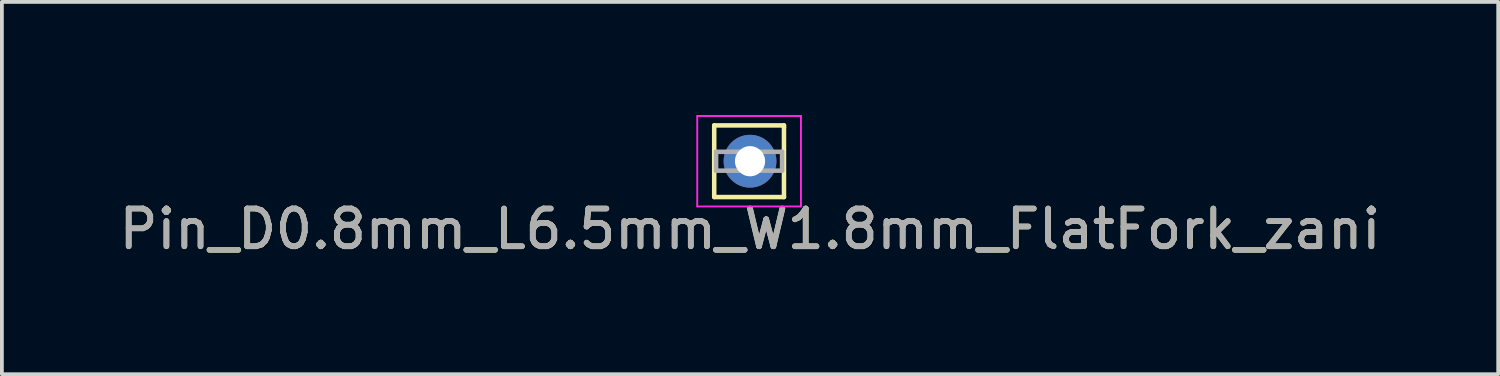
<source format=kicad_pcb>
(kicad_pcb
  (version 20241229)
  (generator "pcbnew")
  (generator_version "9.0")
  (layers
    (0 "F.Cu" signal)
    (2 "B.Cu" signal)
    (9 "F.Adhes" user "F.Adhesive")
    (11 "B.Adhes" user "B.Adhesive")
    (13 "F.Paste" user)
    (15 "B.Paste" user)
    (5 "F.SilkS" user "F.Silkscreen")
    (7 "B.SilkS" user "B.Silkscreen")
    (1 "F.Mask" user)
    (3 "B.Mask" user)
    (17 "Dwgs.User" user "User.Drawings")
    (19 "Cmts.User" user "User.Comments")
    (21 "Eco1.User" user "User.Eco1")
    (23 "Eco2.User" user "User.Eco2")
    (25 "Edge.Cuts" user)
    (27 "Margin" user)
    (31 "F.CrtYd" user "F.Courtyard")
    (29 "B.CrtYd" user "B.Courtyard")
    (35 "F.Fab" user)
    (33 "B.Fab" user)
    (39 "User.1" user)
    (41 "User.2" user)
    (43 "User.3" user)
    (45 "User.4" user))
  (footprint "Pin_D0.8mm_L6.5mm_W1.8mm_FlatFork_zani"
    (layer "F.Cu")
    (at 16.839 1.225)
    (property "Reference" "Pin_D0.8mm_L6.5mm_W1.8mm_FlatFork_zani" (at 0 1.8 0) (layer "F.SilkS") (effects (font (size 1 1) (thickness 0.15))))
    (attr through_hole)
    (fp_line (start -0.95 -0.95) (end -0.95 0.95) (stroke (width 0.12) (type solid)) (layer "F.SilkS"))
    (fp_line (start -0.95 0.95) (end 0.9 0.95) (stroke (width 0.12) (type solid)) (layer "F.SilkS"))
    (fp_line (start 0.9 -0.9) (end 0.9 -0.95) (stroke (width 0.12) (type solid)) (layer "F.SilkS"))
    (fp_line (start 0.9 -0.95) (end -0.95 -0.95) (stroke (width 0.12) (type solid)) (layer "F.SilkS"))
    (fp_line (start 0.9 0.95) (end 0.9 -0.9) (stroke (width 0.12) (type solid)) (layer "F.SilkS"))
    (fp_line (start -1.4 -1.2) (end -1.4 1.2) (stroke (width 0.05) (type solid)) (layer "F.CrtYd"))
    (fp_line (start -1.4 -1.2) (end 1.35 -1.2) (stroke (width 0.05) (type solid)) (layer "F.CrtYd"))
    (fp_line (start 1.35 1.2) (end -1.4 1.2) (stroke (width 0.05) (type solid)) (layer "F.CrtYd"))
    (fp_line (start 1.35 1.2) (end 1.35 -1.2) (stroke (width 0.05) (type solid)) (layer "F.CrtYd"))
    (fp_line (start -0.9 -0.25) (end 0.85 -0.25) (stroke (width 0.12) (type solid)) (layer "F.Fab"))
    (fp_line (start -0.9 0.25) (end -0.9 -0.25) (stroke (width 0.12) (type solid)) (layer "F.Fab"))
    (fp_line (start 0.85 -0.25) (end 0.85 0.25) (stroke (width 0.12) (type solid)) (layer "F.Fab"))
    (fp_line (start 0.85 0.25) (end -0.9 0.25) (stroke (width 0.12) (type solid)) (layer "F.Fab"))
    (fp_text user "${REFERENCE}" (at 0 1.8 0) (layer "F.Fab") (effects (font (size 1 1) (thickness 0.15))))
    (pad "1" thru_hole circle (at 0 0) (size 1.4 1.4) (drill 0.8) (layers "*.Cu" "*.Mask") (remove_unused_layers yes) (keep_end_layers yes) (zone_layer_connections)))
  (gr_rect
    (start -3 -3)
    (end 36.679 6.873)
    (stroke (width 0.1) (type default))
    (fill no)
    (layer "Edge.Cuts")))
</source>
